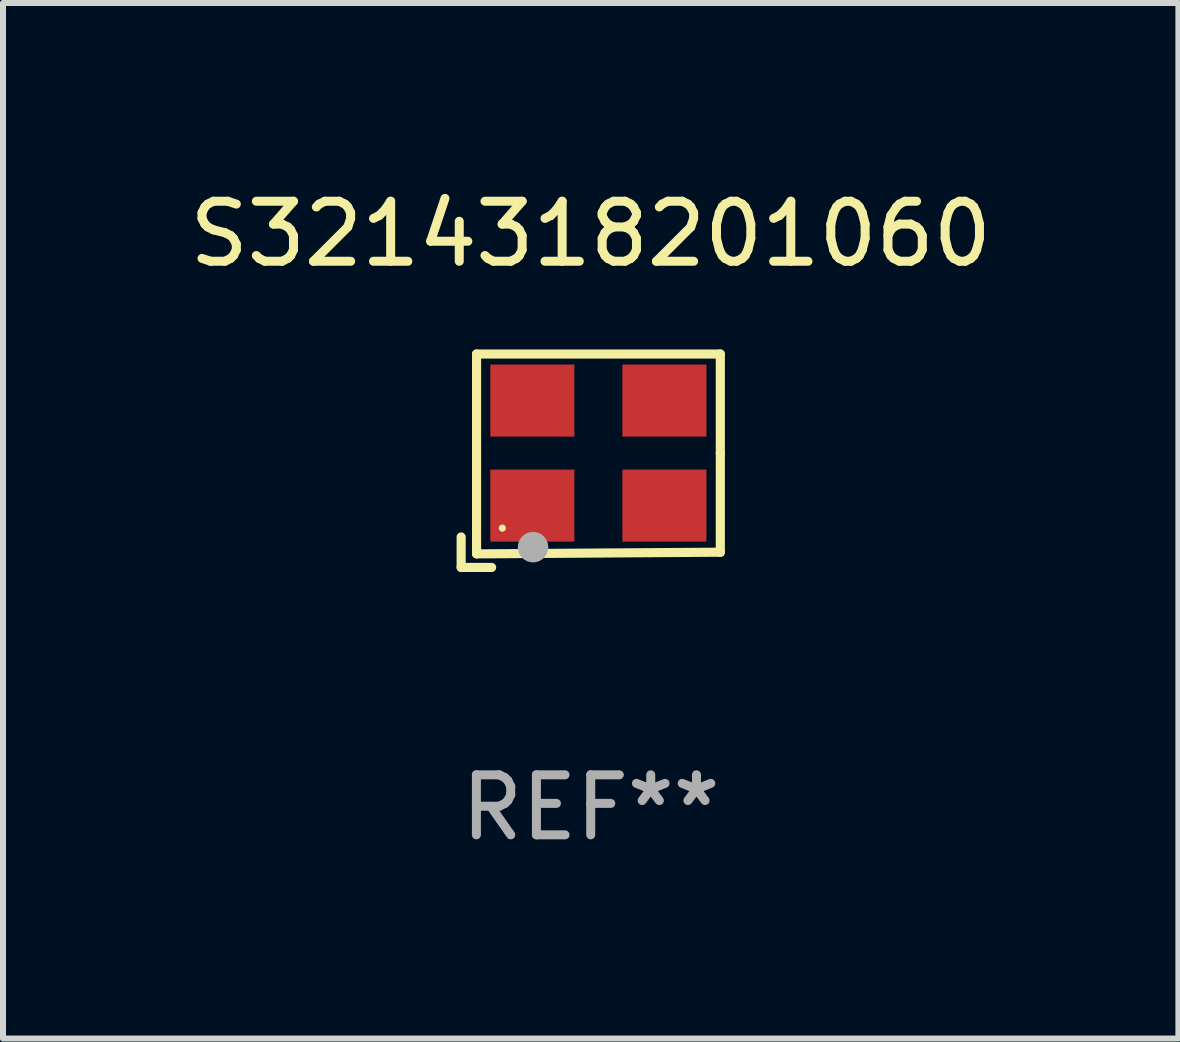
<source format=kicad_pcb>
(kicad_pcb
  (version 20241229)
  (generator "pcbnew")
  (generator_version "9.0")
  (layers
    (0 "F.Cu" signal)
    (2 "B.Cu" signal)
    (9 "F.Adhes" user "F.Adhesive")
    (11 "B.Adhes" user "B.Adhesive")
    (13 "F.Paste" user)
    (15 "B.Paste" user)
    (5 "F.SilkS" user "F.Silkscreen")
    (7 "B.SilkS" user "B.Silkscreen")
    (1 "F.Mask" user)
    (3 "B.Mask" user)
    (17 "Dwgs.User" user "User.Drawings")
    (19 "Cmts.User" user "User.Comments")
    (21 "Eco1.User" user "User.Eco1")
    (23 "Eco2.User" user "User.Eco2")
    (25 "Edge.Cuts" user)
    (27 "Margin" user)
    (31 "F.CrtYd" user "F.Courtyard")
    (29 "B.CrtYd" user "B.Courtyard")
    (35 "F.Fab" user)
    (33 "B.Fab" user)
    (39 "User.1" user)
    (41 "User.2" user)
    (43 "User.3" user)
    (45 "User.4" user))
  (footprint "S3214318201060"
    (layer "F.Cu")
    (at 6.792 4.626)
    (property "Reference" "S3214318201060" (at 0 -3.778 0) (layer "F.SilkS") (effects (font (size 1 1) (thickness 0.15))))
    (attr through_hole)
    (fp_line (start -2.159 1.27) (end -2.159 1.778) (stroke (width 0.152) (type solid)) (layer "F.SilkS"))
    (fp_line (start -2.159 1.778) (end -1.651 1.778) (stroke (width 0.152) (type solid)) (layer "F.SilkS"))
    (fp_line (start -1.902 -1.778) (end 2.159 -1.778) (stroke (width 0.152) (type solid)) (layer "F.SilkS"))
    (fp_line (start -1.902 1.552) (end -1.902 -1.778) (stroke (width 0.152) (type solid)) (layer "F.SilkS"))
    (fp_line (start 2.159 -1.778) (end 2.159 -0.127) (stroke (width 0.152) (type solid)) (layer "F.SilkS"))
    (fp_line (start 2.159 -0.127) (end 2.159 1.524) (stroke (width 0.152) (type solid)) (layer "F.SilkS"))
    (fp_line (start 2.159 1.524) (end -1.902 1.552) (stroke (width 0.152) (type solid)) (layer "F.SilkS"))
    (fp_line (start 2.159 1.524) (end 2.159 1.524) (stroke (width 0.152) (type solid)) (layer "F.SilkS"))
    (fp_circle (center -1.473 1.123) (end -1.443 1.123) (stroke (width 0.06) (type solid)) (fill no) (layer "F.SilkS"))
    (fp_circle (center -0.961 1.44) (end -0.834 1.44) (stroke (width 0.254) (type solid)) (fill no) (layer "F.Fab"))
    (fp_text user "REF**" (at 0 5.778 0) (layer "F.Fab") (effects (font (size 1 1) (thickness 0.15))))
    (pad "1" smd rect (at -0.973 0.748) (size 1.4 1.2) (layers "F.Cu" "F.Mask" "F.Paste"))
    (pad "2" smd rect (at 1.227 0.748) (size 1.4 1.2) (layers "F.Cu" "F.Mask" "F.Paste"))
    (pad "3" smd rect (at 1.227 -1.002) (size 1.4 1.2) (layers "F.Cu" "F.Mask" "F.Paste"))
    (pad "4" smd rect (at -0.973 -1.002) (size 1.4 1.2) (layers "F.Cu" "F.Mask" "F.Paste")))
  (gr_rect
    (start -3 -3)
    (end 16.583 14.253)
    (stroke (width 0.1) (type default))
    (fill no)
    (layer "Edge.Cuts")))
</source>
